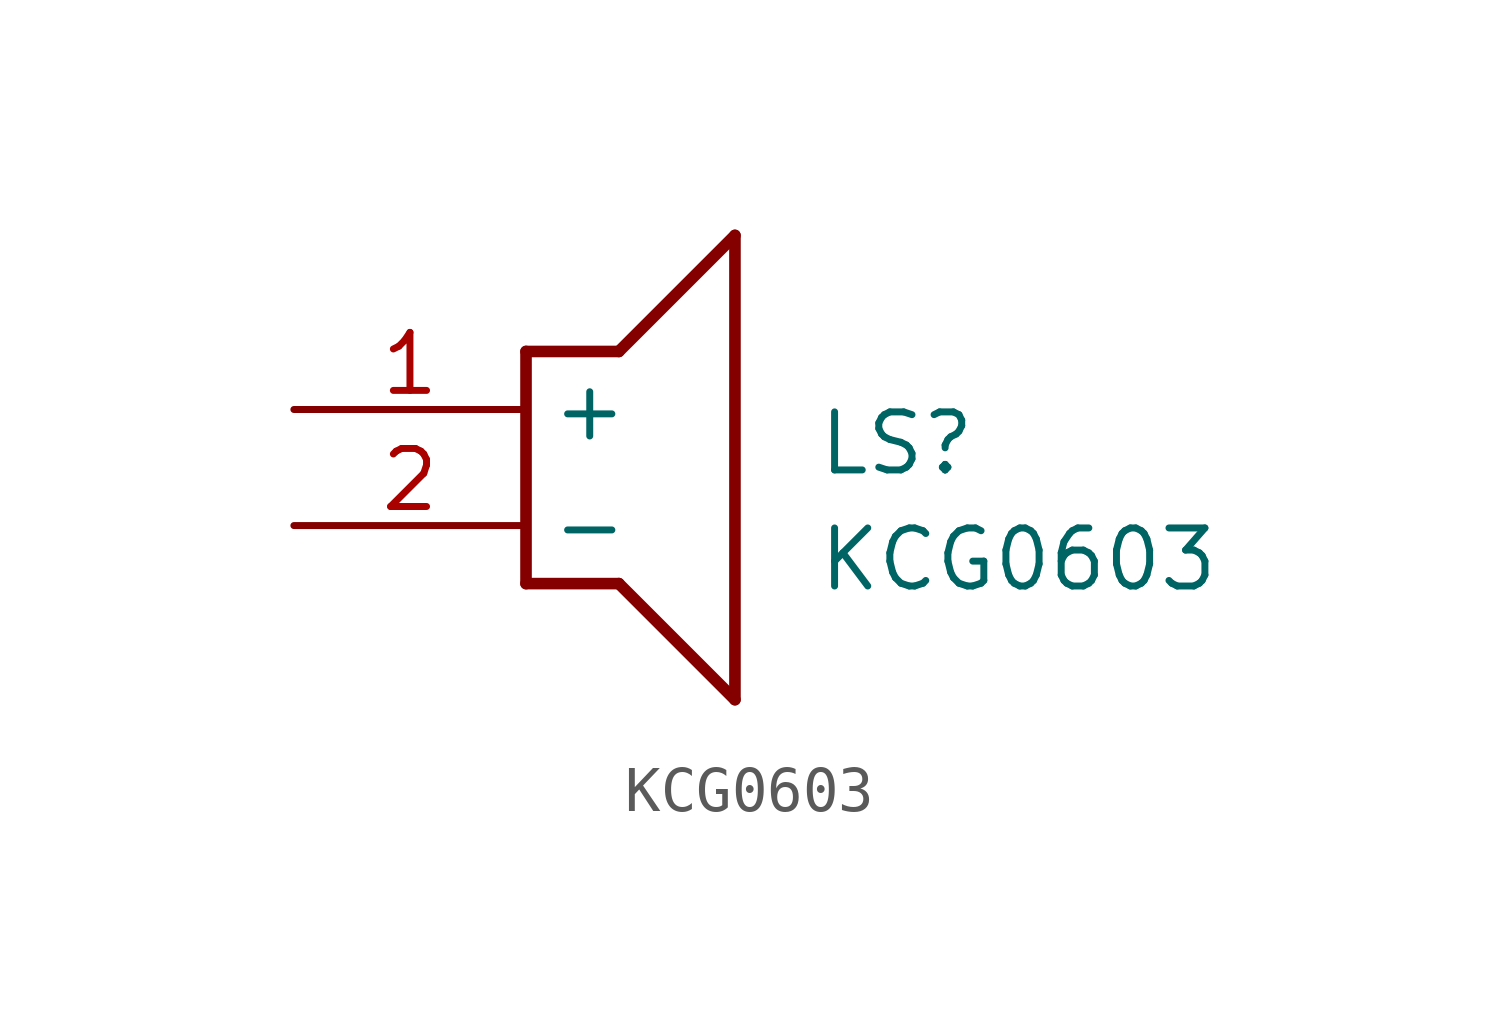
<source format=kicad_sym>
(kicad_symbol_lib
  (version 20211014)
  (generator SamacSys_ECAD_Model)
  (symbol "KCG0603"
    (property "Reference" "LS"
      (at 11.43 0 0)
      (effects (font (size 1.27 1.27)) (justify left top)))
    (property "Value" "KCG0603"
      (at 11.43 -2.54 0)
      (effects (font (size 1.27 1.27)) (justify left top)))
    (polyline
      (pts (xy 5.08 1.27) (xy 7.112 1.27))
      (stroke (width 0.254) (type default))
      (fill (type none)))
    (polyline
      (pts (xy 9.652 3.81) (xy 7.112 1.27))
      (stroke (width 0.254) (type default))
      (fill (type none)))
    (polyline
      (pts (xy 9.652 3.81) (xy 9.652 -6.35))
      (stroke (width 0.254) (type default))
      (fill (type none)))
    (polyline
      (pts (xy 7.112 -3.81) (xy 9.652 -6.35))
      (stroke (width 0.254) (type default))
      (fill (type none)))
    (polyline
      (pts (xy 7.112 -3.81) (xy 5.08 -3.81))
      (stroke (width 0.254) (type default))
      (fill (type none)))
    (polyline
      (pts (xy 5.08 1.27) (xy 5.08 -3.81))
      (stroke (width 0.254) (type default))
      (fill (type none)))
    (pin passive line
      (at 0 0 0)
      (length 5.08)
      (name "+" (effects (font (size 1.27 1.27))))
      (number "1" (effects (font (size 1.27 1.27)))))
    (pin passive line
      (at 0 -2.54 0)
      (length 5.08)
      (name "-" (effects (font (size 1.27 1.27))))
      (number "2" (effects (font (size 1.27 1.27)))))))
</source>
